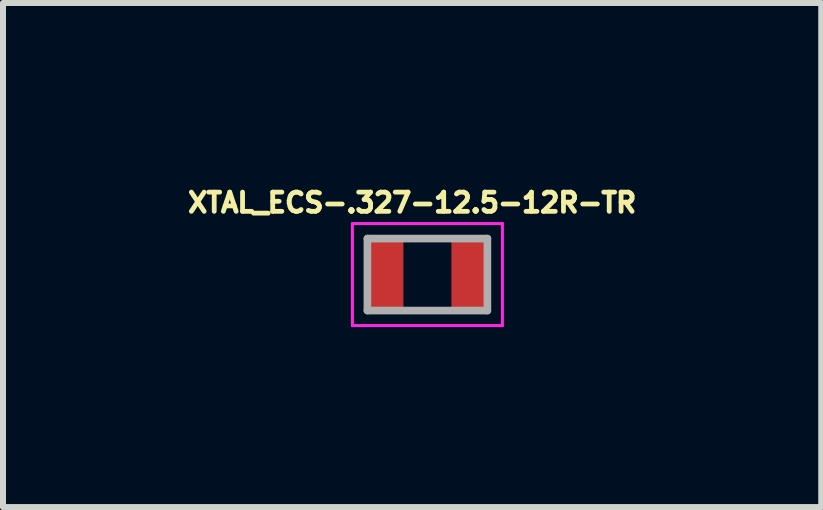
<source format=kicad_pcb>
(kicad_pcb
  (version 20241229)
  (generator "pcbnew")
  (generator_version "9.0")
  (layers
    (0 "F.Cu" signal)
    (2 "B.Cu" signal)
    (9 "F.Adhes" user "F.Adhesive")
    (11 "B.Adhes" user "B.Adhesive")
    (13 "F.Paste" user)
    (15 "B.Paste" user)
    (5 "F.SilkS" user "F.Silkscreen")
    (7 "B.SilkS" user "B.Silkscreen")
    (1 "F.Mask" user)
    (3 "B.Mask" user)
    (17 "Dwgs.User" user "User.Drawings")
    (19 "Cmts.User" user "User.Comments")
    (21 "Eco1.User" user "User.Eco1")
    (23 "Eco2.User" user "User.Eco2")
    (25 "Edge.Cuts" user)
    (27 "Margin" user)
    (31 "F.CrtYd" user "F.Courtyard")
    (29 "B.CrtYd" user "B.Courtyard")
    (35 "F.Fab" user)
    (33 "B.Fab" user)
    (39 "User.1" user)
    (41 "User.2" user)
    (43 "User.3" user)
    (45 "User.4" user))
  (footprint "XTAL_ECS-.327-12.5-12R-TR"
    (layer "F.Cu")
    (at 4.073 1.526)
    (property "Reference" "XTAL_ECS-.327-12.5-12R-TR" (at -0.254 -1.198 0) (layer "F.SilkS") (effects (font (size 0.32 0.32) (thickness 0.15))))
    (attr through_hole)
    (fp_line (start -1.25 -0.85) (end -1.25 0.85) (stroke (width 0.05) (type solid)) (layer "F.CrtYd"))
    (fp_line (start -1.25 0.85) (end 1.25 0.85) (stroke (width 0.05) (type solid)) (layer "F.CrtYd"))
    (fp_line (start 1.25 -0.85) (end -1.25 -0.85) (stroke (width 0.05) (type solid)) (layer "F.CrtYd"))
    (fp_line (start 1.25 0.85) (end 1.25 -0.85) (stroke (width 0.05) (type solid)) (layer "F.CrtYd"))
    (fp_line (start -1 -0.6) (end -1 0.6) (stroke (width 0.127) (type solid)) (layer "F.Fab"))
    (fp_line (start -1 0.6) (end 1 0.6) (stroke (width 0.127) (type solid)) (layer "F.Fab"))
    (fp_line (start 1 -0.6) (end -1 -0.6) (stroke (width 0.127) (type solid)) (layer "F.Fab"))
    (fp_line (start 1 0.6) (end 1 -0.6) (stroke (width 0.127) (type solid)) (layer "F.Fab"))
    (pad "1" smd rect (at -0.7 0) (size 0.6 1.1) (layers "F.Cu" "F.Mask" "F.Paste"))
    (pad "2" smd rect (at 0.7 0) (size 0.6 1.1) (layers "F.Cu" "F.Mask" "F.Paste")))
  (gr_rect
    (start -3 -3)
    (end 10.637 5.401)
    (stroke (width 0.1) (type default))
    (fill no)
    (layer "Edge.Cuts")))
</source>
